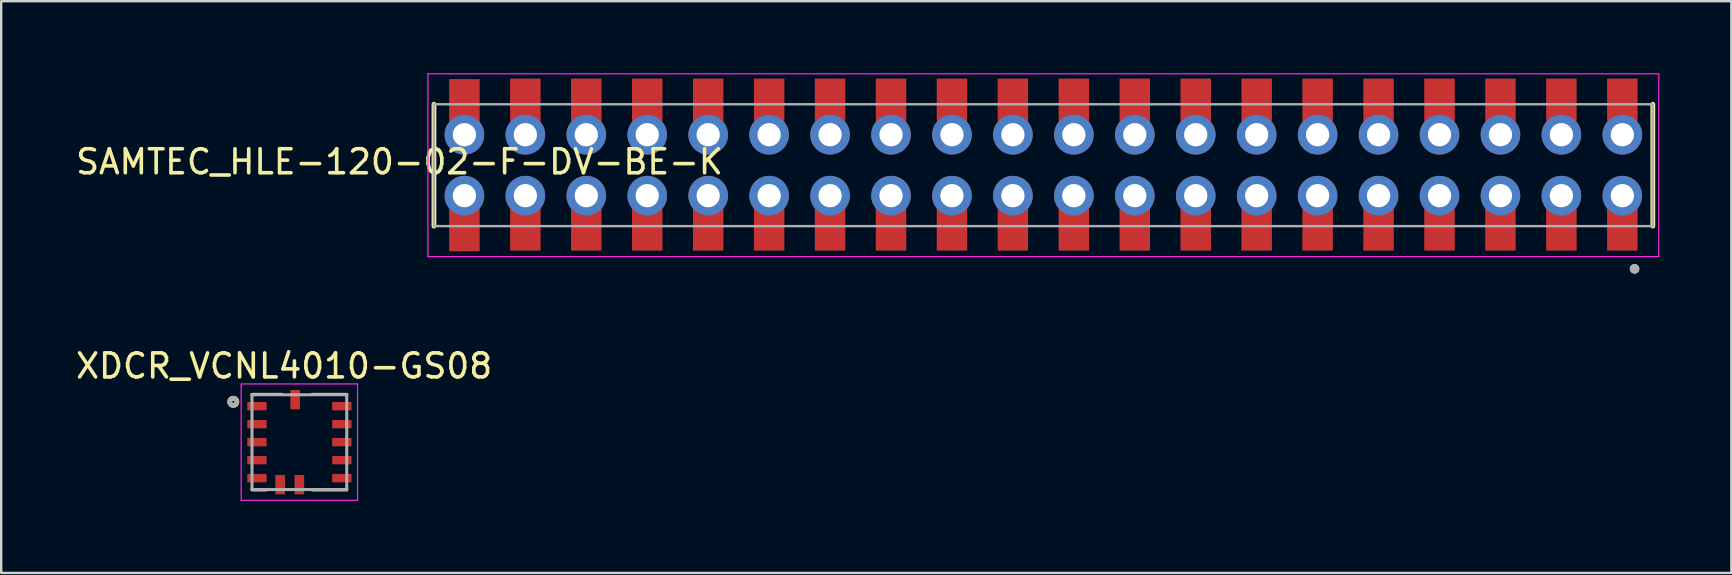
<source format=kicad_pcb>
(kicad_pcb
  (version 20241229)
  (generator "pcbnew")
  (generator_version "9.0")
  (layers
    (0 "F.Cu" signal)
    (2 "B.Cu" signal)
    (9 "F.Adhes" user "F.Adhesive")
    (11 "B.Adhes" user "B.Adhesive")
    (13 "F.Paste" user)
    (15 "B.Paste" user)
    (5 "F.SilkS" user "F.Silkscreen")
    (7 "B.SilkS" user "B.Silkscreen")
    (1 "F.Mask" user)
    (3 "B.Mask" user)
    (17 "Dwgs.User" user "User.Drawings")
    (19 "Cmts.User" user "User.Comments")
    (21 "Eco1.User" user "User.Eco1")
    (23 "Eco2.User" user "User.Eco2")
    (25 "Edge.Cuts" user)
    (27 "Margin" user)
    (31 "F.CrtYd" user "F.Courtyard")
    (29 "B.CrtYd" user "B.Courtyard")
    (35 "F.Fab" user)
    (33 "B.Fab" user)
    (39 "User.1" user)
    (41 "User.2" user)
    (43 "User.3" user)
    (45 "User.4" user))
  (footprint "XDCR_VCNL4010-GS08"
    (layer "F.Cu")
    (at 9.427 15.378)
    (property "Reference" "XDCR_VCNL4010-GS08" (at -0.635 -3.175 0) (layer "F.SilkS") (effects (font (size 1 1) (thickness 0.15))))
    (attr through_hole)
    (fp_line (start -1.975 -1.99) (end -0.73 -1.99) (stroke (width 0.127) (type solid)) (layer "F.SilkS"))
    (fp_line (start -1.375 1.99) (end -1.97 1.99) (stroke (width 0.127) (type solid)) (layer "F.SilkS"))
    (fp_line (start 0.53 1.99) (end 1.975 1.99) (stroke (width 0.127) (type solid)) (layer "F.SilkS"))
    (fp_line (start 1.975 -1.99) (end 0.53 -1.99) (stroke (width 0.127) (type solid)) (layer "F.SilkS"))
    (fp_circle (center -2.753 -1.681) (end -2.703 -1.681) (stroke (width 0.2) (type solid)) (fill no) (layer "F.SilkS"))
    (fp_line (start -2.425 -2.425) (end 2.425 -2.425) (stroke (width 0.05) (type solid)) (layer "F.CrtYd"))
    (fp_line (start -2.425 2.425) (end -2.425 -2.425) (stroke (width 0.05) (type solid)) (layer "F.CrtYd"))
    (fp_line (start 2.425 -2.425) (end 2.425 2.425) (stroke (width 0.05) (type solid)) (layer "F.CrtYd"))
    (fp_line (start 2.425 2.425) (end -2.425 2.425) (stroke (width 0.05) (type solid)) (layer "F.CrtYd"))
    (fp_line (start -1.975 -1.975) (end -1.975 1.975) (stroke (width 0.127) (type solid)) (layer "F.Fab"))
    (fp_line (start -1.975 -1.975) (end 1.975 -1.975) (stroke (width 0.127) (type solid)) (layer "F.Fab"))
    (fp_line (start 1.975 -1.975) (end 1.975 1.975) (stroke (width 0.127) (type solid)) (layer "F.Fab"))
    (fp_line (start 1.975 1.975) (end -1.975 1.975) (stroke (width 0.127) (type solid)) (layer "F.Fab"))
    (fp_circle (center -2.753 -1.681) (end -2.703 -1.681) (stroke (width 0.2) (type solid)) (fill no) (layer "F.Fab"))
    (pad "1" smd rect (at -1.768 -1.5) (size 0.805 0.35) (layers "F.Cu" "F.Mask" "F.Paste"))
    (pad "2" smd rect (at -1.768 -0.75) (size 0.805 0.35) (layers "F.Cu" "F.Mask" "F.Paste"))
    (pad "3" smd rect (at -1.768 0) (size 0.805 0.35) (layers "F.Cu" "F.Mask" "F.Paste"))
    (pad "4" smd rect (at -1.768 0.75) (size 0.805 0.35) (layers "F.Cu" "F.Mask" "F.Paste"))
    (pad "5" smd rect (at -1.768 1.5) (size 0.805 0.35) (layers "F.Cu" "F.Mask" "F.Paste"))
    (pad "6" smd rect (at -0.8 1.772) (size 0.4 0.805) (layers "F.Cu" "F.Mask" "F.Paste"))
    (pad "7" smd rect (at 1.772 1.5) (size 0.805 0.35) (layers "F.Cu" "F.Mask" "F.Paste"))
    (pad "8" smd rect (at 1.772 0.75) (size 0.805 0.35) (layers "F.Cu" "F.Mask" "F.Paste"))
    (pad "9" smd rect (at 1.772 0) (size 0.805 0.35) (layers "F.Cu" "F.Mask" "F.Paste"))
    (pad "10" smd rect (at 1.772 -0.75) (size 0.805 0.35) (layers "F.Cu" "F.Mask" "F.Paste"))
    (pad "11" smd rect (at 1.772 -1.5) (size 0.805 0.35) (layers "F.Cu" "F.Mask" "F.Paste"))
    (pad "12" smd rect (at -0.175 -1.772) (size 0.4 0.805) (layers "F.Cu" "F.Mask" "F.Paste"))
    (pad "13" smd rect (at 0 1.772) (size 0.4 0.805) (layers "F.Cu" "F.Mask" "F.Paste")))
  (footprint "SAMTEC_HLE-120-02-F-DV-BE-K"
    (layer "F.Cu")
    (at 40.436 3.835)
    (property "Reference" "SAMTEC_HLE-120-02-F-DV-BE-K" (at -26.835 -0.141 0) (layer "F.SilkS") (effects (font (size 1 1) (thickness 0.15))))
    (attr through_hole)
    (fp_line (start -25.4 2.54) (end -25.4 -2.54) (stroke (width 0.2) (type solid)) (layer "F.SilkS"))
    (fp_line (start 25.4 2.54) (end 25.4 -2.54) (stroke (width 0.2) (type solid)) (layer "F.SilkS"))
    (fp_circle (center 24.64 4.32) (end 24.74 4.32) (stroke (width 0.2) (type solid)) (fill no) (layer "F.SilkS"))
    (fp_line (start -25.65 -3.81) (end 25.65 -3.81) (stroke (width 0.05) (type solid)) (layer "F.CrtYd"))
    (fp_line (start -25.65 3.81) (end -25.65 -3.81) (stroke (width 0.05) (type solid)) (layer "F.CrtYd"))
    (fp_line (start 25.65 -3.81) (end 25.65 3.81) (stroke (width 0.05) (type solid)) (layer "F.CrtYd"))
    (fp_line (start 25.65 3.81) (end -25.65 3.81) (stroke (width 0.05) (type solid)) (layer "F.CrtYd"))
    (fp_line (start -25.4 -2.54) (end 25.4 -2.54) (stroke (width 0.1) (type solid)) (layer "F.Fab"))
    (fp_line (start -25.4 2.54) (end -25.4 -2.54) (stroke (width 0.1) (type solid)) (layer "F.Fab"))
    (fp_line (start 25.4 -2.54) (end 25.4 2.54) (stroke (width 0.1) (type solid)) (layer "F.Fab"))
    (fp_line (start 25.4 2.54) (end -25.4 2.54) (stroke (width 0.1) (type solid)) (layer "F.Fab"))
    (fp_circle (center 24.64 4.32) (end 24.74 4.32) (stroke (width 0.2) (type solid)) (fill no) (layer "F.Fab"))
    (pad "01" smd rect (at 24.13 -2.72) (size 1.27 1.778) (layers "F.Cu" "F.Mask" "F.Paste"))
    (pad "01" thru_hole circle (at 24.13 -1.27) (size 1.651 1.651) (drill 0.97) (layers "*.Cu" "*.Mask"))
    (pad "02" thru_hole circle (at 24.13 1.27) (size 1.651 1.651) (drill 0.97) (layers "*.Cu" "*.Mask"))
    (pad "02" smd rect (at 24.13 2.67) (size 1.27 1.778) (layers "F.Cu" "F.Mask" "F.Paste"))
    (pad "03" smd rect (at 21.59 -2.72) (size 1.27 1.778) (layers "F.Cu" "F.Mask" "F.Paste"))
    (pad "03" thru_hole circle (at 21.59 -1.27) (size 1.651 1.651) (drill 0.97) (layers "*.Cu" "*.Mask"))
    (pad "04" thru_hole circle (at 21.59 1.27) (size 1.651 1.651) (drill 0.97) (layers "*.Cu" "*.Mask"))
    (pad "04" smd rect (at 21.59 2.67) (size 1.27 1.778) (layers "F.Cu" "F.Mask" "F.Paste"))
    (pad "05" smd rect (at 19.05 -2.72) (size 1.27 1.778) (layers "F.Cu" "F.Mask" "F.Paste"))
    (pad "05" thru_hole circle (at 19.05 -1.27) (size 1.651 1.651) (drill 0.97) (layers "*.Cu" "*.Mask"))
    (pad "06" thru_hole circle (at 19.05 1.27) (size 1.651 1.651) (drill 0.97) (layers "*.Cu" "*.Mask"))
    (pad "06" smd rect (at 19.05 2.67) (size 1.27 1.778) (layers "F.Cu" "F.Mask" "F.Paste"))
    (pad "07" smd rect (at 16.51 -2.72) (size 1.27 1.778) (layers "F.Cu" "F.Mask" "F.Paste"))
    (pad "07" thru_hole circle (at 16.51 -1.27) (size 1.651 1.651) (drill 0.97) (layers "*.Cu" "*.Mask"))
    (pad "08" thru_hole circle (at 16.51 1.27) (size 1.651 1.651) (drill 0.97) (layers "*.Cu" "*.Mask"))
    (pad "08" smd rect (at 16.51 2.67) (size 1.27 1.778) (layers "F.Cu" "F.Mask" "F.Paste"))
    (pad "09" smd rect (at 13.97 -2.72) (size 1.27 1.778) (layers "F.Cu" "F.Mask" "F.Paste"))
    (pad "09" thru_hole circle (at 13.97 -1.27) (size 1.651 1.651) (drill 0.97) (layers "*.Cu" "*.Mask"))
    (pad "10" thru_hole circle (at 13.97 1.27) (size 1.651 1.651) (drill 0.97) (layers "*.Cu" "*.Mask"))
    (pad "10" smd rect (at 13.97 2.67) (size 1.27 1.778) (layers "F.Cu" "F.Mask" "F.Paste"))
    (pad "11" smd rect (at 11.43 -2.72) (size 1.27 1.778) (layers "F.Cu" "F.Mask" "F.Paste"))
    (pad "11" thru_hole circle (at 11.43 -1.27) (size 1.651 1.651) (drill 0.97) (layers "*.Cu" "*.Mask"))
    (pad "12" thru_hole circle (at 11.43 1.27) (size 1.651 1.651) (drill 0.97) (layers "*.Cu" "*.Mask"))
    (pad "12" smd rect (at 11.43 2.67) (size 1.27 1.778) (layers "F.Cu" "F.Mask" "F.Paste"))
    (pad "13" smd rect (at 8.89 -2.72) (size 1.27 1.778) (layers "F.Cu" "F.Mask" "F.Paste"))
    (pad "13" thru_hole circle (at 8.89 -1.27) (size 1.651 1.651) (drill 0.97) (layers "*.Cu" "*.Mask"))
    (pad "14" thru_hole circle (at 8.89 1.27) (size 1.651 1.651) (drill 0.97) (layers "*.Cu" "*.Mask"))
    (pad "14" smd rect (at 8.89 2.67) (size 1.27 1.778) (layers "F.Cu" "F.Mask" "F.Paste"))
    (pad "15" smd rect (at 6.35 -2.72) (size 1.27 1.778) (layers "F.Cu" "F.Mask" "F.Paste"))
    (pad "15" thru_hole circle (at 6.35 -1.27) (size 1.651 1.651) (drill 0.97) (layers "*.Cu" "*.Mask"))
    (pad "16" thru_hole circle (at 6.35 1.27) (size 1.651 1.651) (drill 0.97) (layers "*.Cu" "*.Mask"))
    (pad "16" smd rect (at 6.35 2.67) (size 1.27 1.778) (layers "F.Cu" "F.Mask" "F.Paste"))
    (pad "17" smd rect (at 3.81 -2.72) (size 1.27 1.778) (layers "F.Cu" "F.Mask" "F.Paste"))
    (pad "17" thru_hole circle (at 3.81 -1.27) (size 1.651 1.651) (drill 0.97) (layers "*.Cu" "*.Mask"))
    (pad "18" thru_hole circle (at 3.81 1.27) (size 1.651 1.651) (drill 0.97) (layers "*.Cu" "*.Mask"))
    (pad "18" smd rect (at 3.81 2.67) (size 1.27 1.778) (layers "F.Cu" "F.Mask" "F.Paste"))
    (pad "19" smd rect (at 1.27 -2.72) (size 1.27 1.778) (layers "F.Cu" "F.Mask" "F.Paste"))
    (pad "19" thru_hole circle (at 1.27 -1.27) (size 1.651 1.651) (drill 0.97) (layers "*.Cu" "*.Mask"))
    (pad "20" thru_hole circle (at 1.27 1.27) (size 1.651 1.651) (drill 0.97) (layers "*.Cu" "*.Mask"))
    (pad "20" smd rect (at 1.27 2.67) (size 1.27 1.778) (layers "F.Cu" "F.Mask" "F.Paste"))
    (pad "21" smd rect (at -1.27 -2.72) (size 1.27 1.778) (layers "F.Cu" "F.Mask" "F.Paste"))
    (pad "21" thru_hole circle (at -1.27 -1.27) (size 1.651 1.651) (drill 0.97) (layers "*.Cu" "*.Mask"))
    (pad "22" thru_hole circle (at -1.27 1.27) (size 1.651 1.651) (drill 0.97) (layers "*.Cu" "*.Mask"))
    (pad "22" smd rect (at -1.27 2.67) (size 1.27 1.778) (layers "F.Cu" "F.Mask" "F.Paste"))
    (pad "23" smd rect (at -3.81 -2.72) (size 1.27 1.778) (layers "F.Cu" "F.Mask" "F.Paste"))
    (pad "23" thru_hole circle (at -3.81 -1.27) (size 1.651 1.651) (drill 0.97) (layers "*.Cu" "*.Mask"))
    (pad "24" thru_hole circle (at -3.81 1.27) (size 1.651 1.651) (drill 0.97) (layers "*.Cu" "*.Mask"))
    (pad "24" smd rect (at -3.81 2.67) (size 1.27 1.778) (layers "F.Cu" "F.Mask" "F.Paste"))
    (pad "25" smd rect (at -6.35 -2.72) (size 1.27 1.778) (layers "F.Cu" "F.Mask" "F.Paste"))
    (pad "25" thru_hole circle (at -6.35 -1.27) (size 1.651 1.651) (drill 0.97) (layers "*.Cu" "*.Mask"))
    (pad "26" thru_hole circle (at -6.35 1.27) (size 1.651 1.651) (drill 0.97) (layers "*.Cu" "*.Mask"))
    (pad "26" smd rect (at -6.35 2.67) (size 1.27 1.778) (layers "F.Cu" "F.Mask" "F.Paste"))
    (pad "27" smd rect (at -8.89 -2.72) (size 1.27 1.778) (layers "F.Cu" "F.Mask" "F.Paste"))
    (pad "27" thru_hole circle (at -8.89 -1.27) (size 1.651 1.651) (drill 0.97) (layers "*.Cu" "*.Mask"))
    (pad "28" thru_hole circle (at -8.89 1.27) (size 1.651 1.651) (drill 0.97) (layers "*.Cu" "*.Mask"))
    (pad "28" smd rect (at -8.89 2.67) (size 1.27 1.778) (layers "F.Cu" "F.Mask" "F.Paste"))
    (pad "29" smd rect (at -11.43 -2.72) (size 1.27 1.778) (layers "F.Cu" "F.Mask" "F.Paste"))
    (pad "29" thru_hole circle (at -11.43 -1.27) (size 1.651 1.651) (drill 0.97) (layers "*.Cu" "*.Mask"))
    (pad "30" thru_hole circle (at -11.43 1.27) (size 1.651 1.651) (drill 0.97) (layers "*.Cu" "*.Mask"))
    (pad "30" smd rect (at -11.43 2.67) (size 1.27 1.778) (layers "F.Cu" "F.Mask" "F.Paste"))
    (pad "31" smd rect (at -13.97 -2.72) (size 1.27 1.778) (layers "F.Cu" "F.Mask" "F.Paste"))
    (pad "31" thru_hole circle (at -13.97 -1.27) (size 1.651 1.651) (drill 0.97) (layers "*.Cu" "*.Mask"))
    (pad "32" thru_hole circle (at -13.97 1.27) (size 1.651 1.651) (drill 0.97) (layers "*.Cu" "*.Mask"))
    (pad "32" smd rect (at -13.97 2.67) (size 1.27 1.778) (layers "F.Cu" "F.Mask" "F.Paste"))
    (pad "33" smd rect (at -16.51 -2.72) (size 1.27 1.778) (layers "F.Cu" "F.Mask" "F.Paste"))
    (pad "33" thru_hole circle (at -16.51 -1.27) (size 1.651 1.651) (drill 0.97) (layers "*.Cu" "*.Mask"))
    (pad "34" thru_hole circle (at -16.51 1.27) (size 1.651 1.651) (drill 0.97) (layers "*.Cu" "*.Mask"))
    (pad "34" smd rect (at -16.51 2.67) (size 1.27 1.778) (layers "F.Cu" "F.Mask" "F.Paste"))
    (pad "35" smd rect (at -19.05 -2.72) (size 1.27 1.778) (layers "F.Cu" "F.Mask" "F.Paste"))
    (pad "35" thru_hole circle (at -19.05 -1.27) (size 1.651 1.651) (drill 0.97) (layers "*.Cu" "*.Mask"))
    (pad "36" thru_hole circle (at -19.05 1.27) (size 1.651 1.651) (drill 0.97) (layers "*.Cu" "*.Mask"))
    (pad "36" smd rect (at -19.05 2.67) (size 1.27 1.778) (layers "F.Cu" "F.Mask" "F.Paste"))
    (pad "37" smd rect (at -21.59 -2.72) (size 1.27 1.778) (layers "F.Cu" "F.Mask" "F.Paste"))
    (pad "37" thru_hole circle (at -21.59 -1.27) (size 1.651 1.651) (drill 0.97) (layers "*.Cu" "*.Mask"))
    (pad "38" thru_hole circle (at -21.59 1.27) (size 1.651 1.651) (drill 0.97) (layers "*.Cu" "*.Mask"))
    (pad "38" smd rect (at -21.59 2.67) (size 1.27 1.778) (layers "F.Cu" "F.Mask" "F.Paste"))
    (pad "39" smd rect (at -24.13 -2.7) (size 1.27 1.778) (layers "F.Cu" "F.Mask" "F.Paste"))
    (pad "39" thru_hole circle (at -24.13 -1.27) (size 1.651 1.651) (drill 0.97) (layers "*.Cu" "*.Mask"))
    (pad "40" thru_hole circle (at -24.13 1.27) (size 1.651 1.651) (drill 0.97) (layers "*.Cu" "*.Mask"))
    (pad "40" smd rect (at -24.13 2.7) (size 1.27 1.778) (layers "F.Cu" "F.Mask" "F.Paste")))
  (gr_rect
    (start -3 -3)
    (end 69.111 20.828)
    (stroke (width 0.1) (type default))
    (fill no)
    (layer "Edge.Cuts")))
</source>
